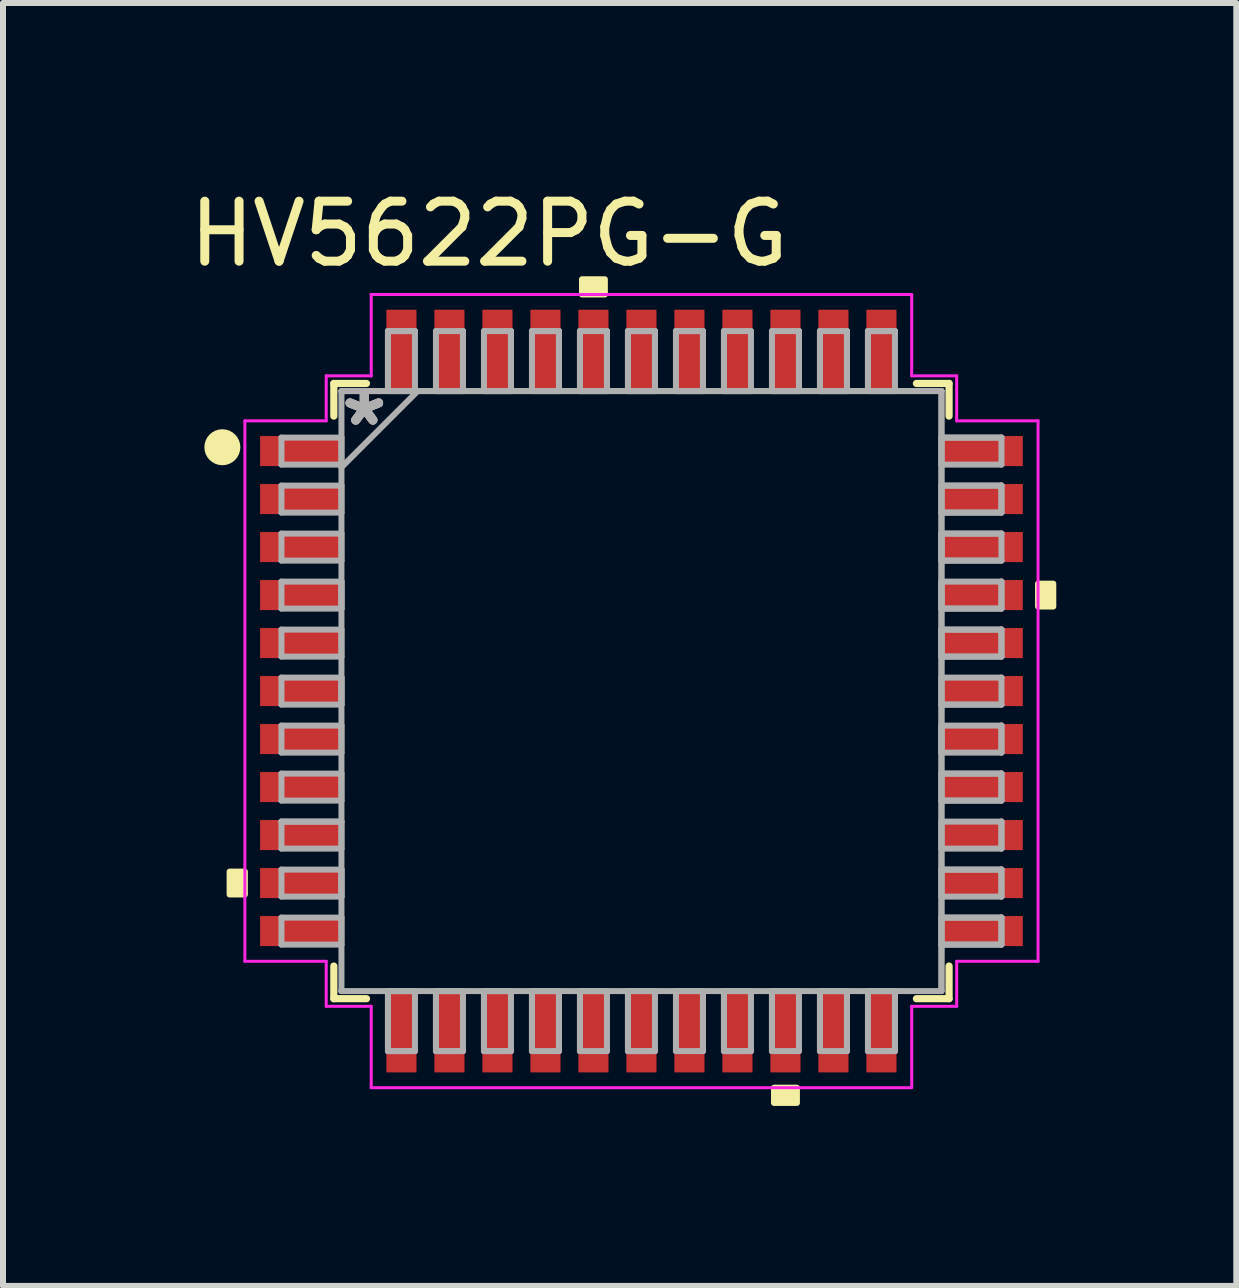
<source format=kicad_pcb>
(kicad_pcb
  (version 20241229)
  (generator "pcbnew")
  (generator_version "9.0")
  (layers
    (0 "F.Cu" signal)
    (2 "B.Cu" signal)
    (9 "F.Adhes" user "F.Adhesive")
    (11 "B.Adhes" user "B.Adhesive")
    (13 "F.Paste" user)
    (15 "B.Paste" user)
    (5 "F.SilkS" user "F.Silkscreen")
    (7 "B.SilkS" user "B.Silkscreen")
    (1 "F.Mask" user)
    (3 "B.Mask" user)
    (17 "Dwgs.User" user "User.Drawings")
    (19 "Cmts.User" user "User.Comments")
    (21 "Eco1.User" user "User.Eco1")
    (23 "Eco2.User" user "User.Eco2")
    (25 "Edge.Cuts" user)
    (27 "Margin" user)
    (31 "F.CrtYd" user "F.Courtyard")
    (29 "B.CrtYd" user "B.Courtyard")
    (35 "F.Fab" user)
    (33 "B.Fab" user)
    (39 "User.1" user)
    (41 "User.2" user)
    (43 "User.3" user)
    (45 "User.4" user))
  (footprint "HV5622PG-G"
    (layer "F.Cu")
    (at 7.641 8.468)
    (property "Reference" "HV5622PG-G" (at -2.54 -7.62 0) (layer "F.SilkS") (effects (font (size 1 1) (thickness 0.15))))
    (attr smd)
    (fp_line (start -5.127 -5.127) (end -5.127 -4.583) (stroke (width 0.12) (type solid)) (layer "F.SilkS"))
    (fp_line (start -5.127 4.583) (end -5.127 5.127) (stroke (width 0.12) (type solid)) (layer "F.SilkS"))
    (fp_line (start -5.127 5.127) (end -4.583 5.127) (stroke (width 0.12) (type solid)) (layer "F.SilkS"))
    (fp_line (start -4.583 -5.127) (end -5.127 -5.127) (stroke (width 0.12) (type solid)) (layer "F.SilkS"))
    (fp_line (start 4.583 5.127) (end 5.127 5.127) (stroke (width 0.12) (type solid)) (layer "F.SilkS"))
    (fp_line (start 5.127 -5.127) (end 4.583 -5.127) (stroke (width 0.12) (type solid)) (layer "F.SilkS"))
    (fp_line (start 5.127 -4.583) (end 5.127 -5.127) (stroke (width 0.12) (type solid)) (layer "F.SilkS"))
    (fp_line (start 5.127 5.127) (end 5.127 4.583) (stroke (width 0.12) (type solid)) (layer "F.SilkS"))
    (fp_circle (center -6.985 -4.064) (end -6.835 -4.064) (stroke (width 0.3) (type solid)) (fill no) (layer "F.SilkS"))
    (fp_poly (pts (xy -6.864 3.009) (xy -6.864 3.39) (xy -6.61 3.39) (xy -6.61 3.009)) (stroke (width 0.1) (type solid)) (fill yes) (layer "F.SilkS"))
    (fp_poly (pts (xy -0.991 -6.61) (xy -0.991 -6.864) (xy -0.61 -6.864) (xy -0.61 -6.61)) (stroke (width 0.1) (type solid)) (fill yes) (layer "F.SilkS"))
    (fp_poly (pts (xy 2.209 6.61) (xy 2.209 6.864) (xy 2.591 6.864) (xy 2.591 6.61)) (stroke (width 0.1) (type solid)) (fill yes) (layer "F.SilkS"))
    (fp_poly (pts (xy 6.864 -1.79) (xy 6.864 -1.409) (xy 6.61 -1.409) (xy 6.61 -1.79)) (stroke (width 0.1) (type solid)) (fill yes) (layer "F.SilkS"))
    (fp_line (start -6.61 -4.504) (end -5.254 -4.504) (stroke (width 0.05) (type solid)) (layer "F.CrtYd"))
    (fp_line (start -6.61 4.504) (end -6.61 -4.504) (stroke (width 0.05) (type solid)) (layer "F.CrtYd"))
    (fp_line (start -5.254 -5.254) (end -4.504 -5.254) (stroke (width 0.05) (type solid)) (layer "F.CrtYd"))
    (fp_line (start -5.254 -4.504) (end -5.254 -5.254) (stroke (width 0.05) (type solid)) (layer "F.CrtYd"))
    (fp_line (start -5.254 4.504) (end -6.61 4.504) (stroke (width 0.05) (type solid)) (layer "F.CrtYd"))
    (fp_line (start -5.254 5.254) (end -5.254 4.504) (stroke (width 0.05) (type solid)) (layer "F.CrtYd"))
    (fp_line (start -4.504 -6.61) (end 4.504 -6.61) (stroke (width 0.05) (type solid)) (layer "F.CrtYd"))
    (fp_line (start -4.504 -5.254) (end -4.504 -6.61) (stroke (width 0.05) (type solid)) (layer "F.CrtYd"))
    (fp_line (start -4.504 5.254) (end -5.254 5.254) (stroke (width 0.05) (type solid)) (layer "F.CrtYd"))
    (fp_line (start -4.504 6.61) (end -4.504 5.254) (stroke (width 0.05) (type solid)) (layer "F.CrtYd"))
    (fp_line (start 4.504 -6.61) (end 4.504 -5.254) (stroke (width 0.05) (type solid)) (layer "F.CrtYd"))
    (fp_line (start 4.504 -5.254) (end 5.254 -5.254) (stroke (width 0.05) (type solid)) (layer "F.CrtYd"))
    (fp_line (start 4.504 6.61) (end -4.504 6.61) (stroke (width 0.05) (type solid)) (layer "F.CrtYd"))
    (fp_line (start 4.504 6.61) (end 4.504 5.254) (stroke (width 0.05) (type solid)) (layer "F.CrtYd"))
    (fp_line (start 5.254 -4.504) (end 5.254 -5.254) (stroke (width 0.05) (type solid)) (layer "F.CrtYd"))
    (fp_line (start 5.254 5.254) (end 4.504 5.254) (stroke (width 0.05) (type solid)) (layer "F.CrtYd"))
    (fp_line (start 5.254 5.254) (end 5.254 4.504) (stroke (width 0.05) (type solid)) (layer "F.CrtYd"))
    (fp_line (start 6.61 -4.504) (end 5.254 -4.504) (stroke (width 0.05) (type solid)) (layer "F.CrtYd"))
    (fp_line (start 6.61 4.504) (end 5.254 4.504) (stroke (width 0.05) (type solid)) (layer "F.CrtYd"))
    (fp_line (start 6.61 4.504) (end 6.61 -4.504) (stroke (width 0.05) (type solid)) (layer "F.CrtYd"))
    (fp_line (start -6 -4.225) (end -6 -3.775) (stroke (width 0.1) (type solid)) (layer "F.Fab"))
    (fp_line (start -6 -3.775) (end -5 -3.775) (stroke (width 0.1) (type solid)) (layer "F.Fab"))
    (fp_line (start -6 -3.425) (end -6 -2.975) (stroke (width 0.1) (type solid)) (layer "F.Fab"))
    (fp_line (start -6 -2.975) (end -5 -2.975) (stroke (width 0.1) (type solid)) (layer "F.Fab"))
    (fp_line (start -6 -2.625) (end -6 -2.175) (stroke (width 0.1) (type solid)) (layer "F.Fab"))
    (fp_line (start -6 -2.175) (end -5 -2.175) (stroke (width 0.1) (type solid)) (layer "F.Fab"))
    (fp_line (start -6 -1.825) (end -6 -1.375) (stroke (width 0.1) (type solid)) (layer "F.Fab"))
    (fp_line (start -6 -1.375) (end -5 -1.375) (stroke (width 0.1) (type solid)) (layer "F.Fab"))
    (fp_line (start -6 -1.025) (end -6 -0.575) (stroke (width 0.1) (type solid)) (layer "F.Fab"))
    (fp_line (start -6 -0.575) (end -5 -0.575) (stroke (width 0.1) (type solid)) (layer "F.Fab"))
    (fp_line (start -6 -0.225) (end -6 0.225) (stroke (width 0.1) (type solid)) (layer "F.Fab"))
    (fp_line (start -6 0.225) (end -5 0.225) (stroke (width 0.1) (type solid)) (layer "F.Fab"))
    (fp_line (start -6 0.575) (end -6 1.025) (stroke (width 0.1) (type solid)) (layer "F.Fab"))
    (fp_line (start -6 1.025) (end -5 1.025) (stroke (width 0.1) (type solid)) (layer "F.Fab"))
    (fp_line (start -6 1.375) (end -6 1.825) (stroke (width 0.1) (type solid)) (layer "F.Fab"))
    (fp_line (start -6 1.825) (end -5 1.825) (stroke (width 0.1) (type solid)) (layer "F.Fab"))
    (fp_line (start -6 2.175) (end -6 2.625) (stroke (width 0.1) (type solid)) (layer "F.Fab"))
    (fp_line (start -6 2.625) (end -5 2.625) (stroke (width 0.1) (type solid)) (layer "F.Fab"))
    (fp_line (start -6 2.975) (end -6 3.425) (stroke (width 0.1) (type solid)) (layer "F.Fab"))
    (fp_line (start -6 3.425) (end -5 3.425) (stroke (width 0.1) (type solid)) (layer "F.Fab"))
    (fp_line (start -6 3.775) (end -6 4.225) (stroke (width 0.1) (type solid)) (layer "F.Fab"))
    (fp_line (start -6 4.225) (end -5 4.225) (stroke (width 0.1) (type solid)) (layer "F.Fab"))
    (fp_line (start -5 -5) (end -5 -5) (stroke (width 0.1) (type solid)) (layer "F.Fab"))
    (fp_line (start -5 -5) (end -5 5) (stroke (width 0.1) (type solid)) (layer "F.Fab"))
    (fp_line (start -5 -4.225) (end -6 -4.225) (stroke (width 0.1) (type solid)) (layer "F.Fab"))
    (fp_line (start -5 -3.775) (end -5 -4.225) (stroke (width 0.1) (type solid)) (layer "F.Fab"))
    (fp_line (start -5 -3.73) (end -3.73 -5) (stroke (width 0.1) (type solid)) (layer "F.Fab"))
    (fp_line (start -5 -3.425) (end -6 -3.425) (stroke (width 0.1) (type solid)) (layer "F.Fab"))
    (fp_line (start -5 -2.975) (end -5 -3.425) (stroke (width 0.1) (type solid)) (layer "F.Fab"))
    (fp_line (start -5 -2.625) (end -6 -2.625) (stroke (width 0.1) (type solid)) (layer "F.Fab"))
    (fp_line (start -5 -2.175) (end -5 -2.625) (stroke (width 0.1) (type solid)) (layer "F.Fab"))
    (fp_line (start -5 -1.825) (end -6 -1.825) (stroke (width 0.1) (type solid)) (layer "F.Fab"))
    (fp_line (start -5 -1.375) (end -5 -1.825) (stroke (width 0.1) (type solid)) (layer "F.Fab"))
    (fp_line (start -5 -1.375) (end -5 -1.825) (stroke (width 0.1) (type solid)) (layer "F.Fab"))
    (fp_line (start -5 -1.025) (end -6 -1.025) (stroke (width 0.1) (type solid)) (layer "F.Fab"))
    (fp_line (start -5 -0.575) (end -5 -1.025) (stroke (width 0.1) (type solid)) (layer "F.Fab"))
    (fp_line (start -5 -0.225) (end -6 -0.225) (stroke (width 0.1) (type solid)) (layer "F.Fab"))
    (fp_line (start -5 0.225) (end -5 -0.225) (stroke (width 0.1) (type solid)) (layer "F.Fab"))
    (fp_line (start -5 0.225) (end -5 -0.225) (stroke (width 0.1) (type solid)) (layer "F.Fab"))
    (fp_line (start -5 0.575) (end -6 0.575) (stroke (width 0.1) (type solid)) (layer "F.Fab"))
    (fp_line (start -5 1.025) (end -5 0.575) (stroke (width 0.1) (type solid)) (layer "F.Fab"))
    (fp_line (start -5 1.375) (end -6 1.375) (stroke (width 0.1) (type solid)) (layer "F.Fab"))
    (fp_line (start -5 1.825) (end -5 1.375) (stroke (width 0.1) (type solid)) (layer "F.Fab"))
    (fp_line (start -5 2.175) (end -6 2.175) (stroke (width 0.1) (type solid)) (layer "F.Fab"))
    (fp_line (start -5 2.175) (end -6 2.175) (stroke (width 0.1) (type solid)) (layer "F.Fab"))
    (fp_line (start -5 2.625) (end -5 2.175) (stroke (width 0.1) (type solid)) (layer "F.Fab"))
    (fp_line (start -5 2.975) (end -6 2.975) (stroke (width 0.1) (type solid)) (layer "F.Fab"))
    (fp_line (start -5 3.425) (end -5 2.975) (stroke (width 0.1) (type solid)) (layer "F.Fab"))
    (fp_line (start -5 3.425) (end -5 2.975) (stroke (width 0.1) (type solid)) (layer "F.Fab"))
    (fp_line (start -5 3.775) (end -6 3.775) (stroke (width 0.1) (type solid)) (layer "F.Fab"))
    (fp_line (start -5 4.225) (end -5 3.775) (stroke (width 0.1) (type solid)) (layer "F.Fab"))
    (fp_line (start -5 5) (end -5 5) (stroke (width 0.1) (type solid)) (layer "F.Fab"))
    (fp_line (start -5 5) (end -5 5) (stroke (width 0.1) (type solid)) (layer "F.Fab"))
    (fp_line (start -5 5) (end 5 5) (stroke (width 0.1) (type solid)) (layer "F.Fab"))
    (fp_line (start -4.225 5) (end -4.225 6) (stroke (width 0.1) (type solid)) (layer "F.Fab"))
    (fp_line (start -4.225 5) (end -4.225 6) (stroke (width 0.1) (type solid)) (layer "F.Fab"))
    (fp_line (start -4.225 6) (end -3.775 6) (stroke (width 0.1) (type solid)) (layer "F.Fab"))
    (fp_line (start -4.225 6) (end -3.775 6) (stroke (width 0.1) (type solid)) (layer "F.Fab"))
    (fp_line (start -4.225 -6) (end -4.225 -5) (stroke (width 0.1) (type solid)) (layer "F.Fab"))
    (fp_line (start -4.225 -6) (end -4.225 -5) (stroke (width 0.1) (type solid)) (layer "F.Fab"))
    (fp_line (start -4.225 -5) (end -3.775 -5) (stroke (width 0.1) (type solid)) (layer "F.Fab"))
    (fp_line (start -3.775 5) (end -4.225 5) (stroke (width 0.1) (type solid)) (layer "F.Fab"))
    (fp_line (start -3.775 5) (end -4.225 5) (stroke (width 0.1) (type solid)) (layer "F.Fab"))
    (fp_line (start -3.775 6) (end -3.775 5) (stroke (width 0.1) (type solid)) (layer "F.Fab"))
    (fp_line (start -3.775 -6) (end -4.225 -6) (stroke (width 0.1) (type solid)) (layer "F.Fab"))
    (fp_line (start -3.775 -6) (end -4.225 -6) (stroke (width 0.1) (type solid)) (layer "F.Fab"))
    (fp_line (start -3.775 -5) (end -3.775 -6) (stroke (width 0.1) (type solid)) (layer "F.Fab"))
    (fp_line (start -3.425 -6) (end -3.425 -5) (stroke (width 0.1) (type solid)) (layer "F.Fab"))
    (fp_line (start -3.425 -5) (end -2.975 -5) (stroke (width 0.1) (type solid)) (layer "F.Fab"))
    (fp_line (start -3.425 -5) (end -2.975 -5) (stroke (width 0.1) (type solid)) (layer "F.Fab"))
    (fp_line (start -3.425 5) (end -3.425 6) (stroke (width 0.1) (type solid)) (layer "F.Fab"))
    (fp_line (start -3.425 5) (end -3.425 6) (stroke (width 0.1) (type solid)) (layer "F.Fab"))
    (fp_line (start -3.425 6) (end -2.975 6) (stroke (width 0.1) (type solid)) (layer "F.Fab"))
    (fp_line (start -3.425 6) (end -2.975 6) (stroke (width 0.1) (type solid)) (layer "F.Fab"))
    (fp_line (start -2.975 5) (end -3.425 5) (stroke (width 0.1) (type solid)) (layer "F.Fab"))
    (fp_line (start -2.975 5) (end -3.425 5) (stroke (width 0.1) (type solid)) (layer "F.Fab"))
    (fp_line (start -2.975 6) (end -2.975 5) (stroke (width 0.1) (type solid)) (layer "F.Fab"))
    (fp_line (start -2.975 -6) (end -3.425 -6) (stroke (width 0.1) (type solid)) (layer "F.Fab"))
    (fp_line (start -2.975 -5) (end -2.975 -6) (stroke (width 0.1) (type solid)) (layer "F.Fab"))
    (fp_line (start -2.975 -5) (end -2.975 -6) (stroke (width 0.1) (type solid)) (layer "F.Fab"))
    (fp_line (start -2.625 -6) (end -2.625 -5) (stroke (width 0.1) (type solid)) (layer "F.Fab"))
    (fp_line (start -2.625 -5) (end -2.175 -5) (stroke (width 0.1) (type solid)) (layer "F.Fab"))
    (fp_line (start -2.625 -5) (end -2.175 -5) (stroke (width 0.1) (type solid)) (layer "F.Fab"))
    (fp_line (start -2.625 5) (end -2.625 6) (stroke (width 0.1) (type solid)) (layer "F.Fab"))
    (fp_line (start -2.625 5) (end -2.625 6) (stroke (width 0.1) (type solid)) (layer "F.Fab"))
    (fp_line (start -2.625 6) (end -2.175 6) (stroke (width 0.1) (type solid)) (layer "F.Fab"))
    (fp_line (start -2.625 6) (end -2.175 6) (stroke (width 0.1) (type solid)) (layer "F.Fab"))
    (fp_line (start -2.175 -6) (end -2.625 -6) (stroke (width 0.1) (type solid)) (layer "F.Fab"))
    (fp_line (start -2.175 -5) (end -2.175 -6) (stroke (width 0.1) (type solid)) (layer "F.Fab"))
    (fp_line (start -2.175 -5) (end -2.175 -6) (stroke (width 0.1) (type solid)) (layer "F.Fab"))
    (fp_line (start -2.175 5) (end -2.625 5) (stroke (width 0.1) (type solid)) (layer "F.Fab"))
    (fp_line (start -2.175 5) (end -2.625 5) (stroke (width 0.1) (type solid)) (layer "F.Fab"))
    (fp_line (start -2.175 6) (end -2.175 5) (stroke (width 0.1) (type solid)) (layer "F.Fab"))
    (fp_line (start -1.825 -6) (end -1.825 -5) (stroke (width 0.1) (type solid)) (layer "F.Fab"))
    (fp_line (start -1.825 -5) (end -1.375 -5) (stroke (width 0.1) (type solid)) (layer "F.Fab"))
    (fp_line (start -1.825 5) (end -1.825 6) (stroke (width 0.1) (type solid)) (layer "F.Fab"))
    (fp_line (start -1.825 5) (end -1.825 6) (stroke (width 0.1) (type solid)) (layer "F.Fab"))
    (fp_line (start -1.825 6) (end -1.375 6) (stroke (width 0.1) (type solid)) (layer "F.Fab"))
    (fp_line (start -1.375 -6) (end -1.825 -6) (stroke (width 0.1) (type solid)) (layer "F.Fab"))
    (fp_line (start -1.375 -6) (end -1.825 -6) (stroke (width 0.1) (type solid)) (layer "F.Fab"))
    (fp_line (start -1.375 -5) (end -1.375 -6) (stroke (width 0.1) (type solid)) (layer "F.Fab"))
    (fp_line (start -1.375 -5) (end -1.375 -6) (stroke (width 0.1) (type solid)) (layer "F.Fab"))
    (fp_line (start -1.375 5) (end -1.825 5) (stroke (width 0.1) (type solid)) (layer "F.Fab"))
    (fp_line (start -1.375 5) (end -1.825 5) (stroke (width 0.1) (type solid)) (layer "F.Fab"))
    (fp_line (start -1.375 6) (end -1.375 5) (stroke (width 0.1) (type solid)) (layer "F.Fab"))
    (fp_line (start -1.375 6) (end -1.375 5) (stroke (width 0.1) (type solid)) (layer "F.Fab"))
    (fp_line (start -1.025 -6) (end -1.025 -5) (stroke (width 0.1) (type solid)) (layer "F.Fab"))
    (fp_line (start -1.025 -6) (end -1.025 -5) (stroke (width 0.1) (type solid)) (layer "F.Fab"))
    (fp_line (start -1.025 -5) (end -0.575 -5) (stroke (width 0.1) (type solid)) (layer "F.Fab"))
    (fp_line (start -1.025 -5) (end -0.575 -5) (stroke (width 0.1) (type solid)) (layer "F.Fab"))
    (fp_line (start -1.025 5) (end -1.025 6) (stroke (width 0.1) (type solid)) (layer "F.Fab"))
    (fp_line (start -1.025 5) (end -1.025 6) (stroke (width 0.1) (type solid)) (layer "F.Fab"))
    (fp_line (start -1.025 6) (end -0.575 6) (stroke (width 0.1) (type solid)) (layer "F.Fab"))
    (fp_line (start -0.575 -6) (end -1.025 -6) (stroke (width 0.1) (type solid)) (layer "F.Fab"))
    (fp_line (start -0.575 -5) (end -0.575 -6) (stroke (width 0.1) (type solid)) (layer "F.Fab"))
    (fp_line (start -0.575 -5) (end -0.575 -6) (stroke (width 0.1) (type solid)) (layer "F.Fab"))
    (fp_line (start -0.575 5) (end -1.025 5) (stroke (width 0.1) (type solid)) (layer "F.Fab"))
    (fp_line (start -0.575 5) (end -1.025 5) (stroke (width 0.1) (type solid)) (layer "F.Fab"))
    (fp_line (start -0.575 6) (end -0.575 5) (stroke (width 0.1) (type solid)) (layer "F.Fab"))
    (fp_line (start -0.225 -6) (end -0.225 -5) (stroke (width 0.1) (type solid)) (layer "F.Fab"))
    (fp_line (start -0.225 -6) (end -0.225 -5) (stroke (width 0.1) (type solid)) (layer "F.Fab"))
    (fp_line (start -0.225 -5) (end 0.225 -5) (stroke (width 0.1) (type solid)) (layer "F.Fab"))
    (fp_line (start -0.225 -5) (end 0.225 -5) (stroke (width 0.1) (type solid)) (layer "F.Fab"))
    (fp_line (start -0.225 5) (end -0.225 6) (stroke (width 0.1) (type solid)) (layer "F.Fab"))
    (fp_line (start -0.225 5) (end -0.225 6) (stroke (width 0.1) (type solid)) (layer "F.Fab"))
    (fp_line (start -0.225 6) (end 0.225 6) (stroke (width 0.1) (type solid)) (layer "F.Fab"))
    (fp_line (start -0.225 6) (end 0.225 6) (stroke (width 0.1) (type solid)) (layer "F.Fab"))
    (fp_line (start 0.225 -6) (end -0.225 -6) (stroke (width 0.1) (type solid)) (layer "F.Fab"))
    (fp_line (start 0.225 -6) (end -0.225 -6) (stroke (width 0.1) (type solid)) (layer "F.Fab"))
    (fp_line (start 0.225 -5) (end 0.225 -6) (stroke (width 0.1) (type solid)) (layer "F.Fab"))
    (fp_line (start 0.225 -5) (end 0.225 -6) (stroke (width 0.1) (type solid)) (layer "F.Fab"))
    (fp_line (start 0.225 5) (end -0.225 5) (stroke (width 0.1) (type solid)) (layer "F.Fab"))
    (fp_line (start 0.225 6) (end 0.225 5) (stroke (width 0.1) (type solid)) (layer "F.Fab"))
    (fp_line (start 0.575 -6) (end 0.575 -5) (stroke (width 0.1) (type solid)) (layer "F.Fab"))
    (fp_line (start 0.575 -5) (end 1.025 -5) (stroke (width 0.1) (type solid)) (layer "F.Fab"))
    (fp_line (start 0.575 -5) (end 1.025 -5) (stroke (width 0.1) (type solid)) (layer "F.Fab"))
    (fp_line (start 0.575 5) (end 0.575 6) (stroke (width 0.1) (type solid)) (layer "F.Fab"))
    (fp_line (start 0.575 6) (end 1.025 6) (stroke (width 0.1) (type solid)) (layer "F.Fab"))
    (fp_line (start 1.025 -6) (end 0.575 -6) (stroke (width 0.1) (type solid)) (layer "F.Fab"))
    (fp_line (start 1.025 -6) (end 0.575 -6) (stroke (width 0.1) (type solid)) (layer "F.Fab"))
    (fp_line (start 1.025 -5) (end 1.025 -6) (stroke (width 0.1) (type solid)) (layer "F.Fab"))
    (fp_line (start 1.025 -5) (end 1.025 -6) (stroke (width 0.1) (type solid)) (layer "F.Fab"))
    (fp_line (start 1.025 5) (end 0.575 5) (stroke (width 0.1) (type solid)) (layer "F.Fab"))
    (fp_line (start 1.025 6) (end 1.025 5) (stroke (width 0.1) (type solid)) (layer "F.Fab"))
    (fp_line (start 1.025 6) (end 1.025 5) (stroke (width 0.1) (type solid)) (layer "F.Fab"))
    (fp_line (start 1.375 -6) (end 1.375 -5) (stroke (width 0.1) (type solid)) (layer "F.Fab"))
    (fp_line (start 1.375 -6) (end 1.375 -5) (stroke (width 0.1) (type solid)) (layer "F.Fab"))
    (fp_line (start 1.375 -5) (end 1.825 -5) (stroke (width 0.1) (type solid)) (layer "F.Fab"))
    (fp_line (start 1.375 -5) (end 1.825 -5) (stroke (width 0.1) (type solid)) (layer "F.Fab"))
    (fp_line (start 1.375 5) (end 1.375 6) (stroke (width 0.1) (type solid)) (layer "F.Fab"))
    (fp_line (start 1.375 5) (end 1.375 6) (stroke (width 0.1) (type solid)) (layer "F.Fab"))
    (fp_line (start 1.375 6) (end 1.825 6) (stroke (width 0.1) (type solid)) (layer "F.Fab"))
    (fp_line (start 1.375 6) (end 1.825 6) (stroke (width 0.1) (type solid)) (layer "F.Fab"))
    (fp_line (start 1.825 -6) (end 1.375 -6) (stroke (width 0.1) (type solid)) (layer "F.Fab"))
    (fp_line (start 1.825 -5) (end 1.825 -6) (stroke (width 0.1) (type solid)) (layer "F.Fab"))
    (fp_line (start 1.825 5) (end 1.375 5) (stroke (width 0.1) (type solid)) (layer "F.Fab"))
    (fp_line (start 1.825 6) (end 1.825 5) (stroke (width 0.1) (type solid)) (layer "F.Fab"))
    (fp_line (start 2.175 -6) (end 2.175 -5) (stroke (width 0.1) (type solid)) (layer "F.Fab"))
    (fp_line (start 2.175 -5) (end 2.625 -5) (stroke (width 0.1) (type solid)) (layer "F.Fab"))
    (fp_line (start 2.175 -5) (end 2.625 -5) (stroke (width 0.1) (type solid)) (layer "F.Fab"))
    (fp_line (start 2.175 5) (end 2.175 6) (stroke (width 0.1) (type solid)) (layer "F.Fab"))
    (fp_line (start 2.175 5) (end 2.175 6) (stroke (width 0.1) (type solid)) (layer "F.Fab"))
    (fp_line (start 2.175 6) (end 2.625 6) (stroke (width 0.1) (type solid)) (layer "F.Fab"))
    (fp_line (start 2.625 -6) (end 2.175 -6) (stroke (width 0.1) (type solid)) (layer "F.Fab"))
    (fp_line (start 2.625 -5) (end 2.625 -6) (stroke (width 0.1) (type solid)) (layer "F.Fab"))
    (fp_line (start 2.625 -5) (end 2.625 -6) (stroke (width 0.1) (type solid)) (layer "F.Fab"))
    (fp_line (start 2.625 5) (end 2.175 5) (stroke (width 0.1) (type solid)) (layer "F.Fab"))
    (fp_line (start 2.625 5) (end 2.175 5) (stroke (width 0.1) (type solid)) (layer "F.Fab"))
    (fp_line (start 2.625 6) (end 2.625 5) (stroke (width 0.1) (type solid)) (layer "F.Fab"))
    (fp_line (start 2.975 5) (end 2.975 6) (stroke (width 0.1) (type solid)) (layer "F.Fab"))
    (fp_line (start 2.975 5) (end 2.975 6) (stroke (width 0.1) (type solid)) (layer "F.Fab"))
    (fp_line (start 2.975 6) (end 3.425 6) (stroke (width 0.1) (type solid)) (layer "F.Fab"))
    (fp_line (start 2.975 -6) (end 2.975 -5) (stroke (width 0.1) (type solid)) (layer "F.Fab"))
    (fp_line (start 2.975 -6) (end 2.975 -5) (stroke (width 0.1) (type solid)) (layer "F.Fab"))
    (fp_line (start 2.975 -5) (end 3.425 -5) (stroke (width 0.1) (type solid)) (layer "F.Fab"))
    (fp_line (start 2.975 -5) (end 3.425 -5) (stroke (width 0.1) (type solid)) (layer "F.Fab"))
    (fp_line (start 3.425 -6) (end 2.975 -6) (stroke (width 0.1) (type solid)) (layer "F.Fab"))
    (fp_line (start 3.425 -5) (end 3.425 -6) (stroke (width 0.1) (type solid)) (layer "F.Fab"))
    (fp_line (start 3.425 -5) (end 3.425 -6) (stroke (width 0.1) (type solid)) (layer "F.Fab"))
    (fp_line (start 3.425 5) (end 2.975 5) (stroke (width 0.1) (type solid)) (layer "F.Fab"))
    (fp_line (start 3.425 5) (end 2.975 5) (stroke (width 0.1) (type solid)) (layer "F.Fab"))
    (fp_line (start 3.425 6) (end 3.425 5) (stroke (width 0.1) (type solid)) (layer "F.Fab"))
    (fp_line (start 3.425 6) (end 3.425 5) (stroke (width 0.1) (type solid)) (layer "F.Fab"))
    (fp_line (start 3.775 5) (end 3.775 6) (stroke (width 0.1) (type solid)) (layer "F.Fab"))
    (fp_line (start 3.775 6) (end 4.225 6) (stroke (width 0.1) (type solid)) (layer "F.Fab"))
    (fp_line (start 3.775 6) (end 4.225 6) (stroke (width 0.1) (type solid)) (layer "F.Fab"))
    (fp_line (start 3.775 -6) (end 3.775 -5) (stroke (width 0.1) (type solid)) (layer "F.Fab"))
    (fp_line (start 3.775 -6) (end 3.775 -5) (stroke (width 0.1) (type solid)) (layer "F.Fab"))
    (fp_line (start 3.775 -5) (end 4.225 -5) (stroke (width 0.1) (type solid)) (layer "F.Fab"))
    (fp_line (start 4.225 5) (end 3.775 5) (stroke (width 0.1) (type solid)) (layer "F.Fab"))
    (fp_line (start 4.225 5) (end 3.775 5) (stroke (width 0.1) (type solid)) (layer "F.Fab"))
    (fp_line (start 4.225 6) (end 4.225 5) (stroke (width 0.1) (type solid)) (layer "F.Fab"))
    (fp_line (start 4.225 6) (end 4.225 5) (stroke (width 0.1) (type solid)) (layer "F.Fab"))
    (fp_line (start 4.225 -6) (end 3.775 -6) (stroke (width 0.1) (type solid)) (layer "F.Fab"))
    (fp_line (start 4.225 -6) (end 3.775 -6) (stroke (width 0.1) (type solid)) (layer "F.Fab"))
    (fp_line (start 4.225 -5) (end 4.225 -6) (stroke (width 0.1) (type solid)) (layer "F.Fab"))
    (fp_line (start 5 -5) (end -5 -5) (stroke (width 0.1) (type solid)) (layer "F.Fab"))
    (fp_line (start 5 -5) (end -5 -5) (stroke (width 0.1) (type solid)) (layer "F.Fab"))
    (fp_line (start 5 -5) (end 5 -5) (stroke (width 0.1) (type solid)) (layer "F.Fab"))
    (fp_line (start 5 -5) (end 5 -5) (stroke (width 0.1) (type solid)) (layer "F.Fab"))
    (fp_line (start 5 -4.225) (end 5 -3.775) (stroke (width 0.1) (type solid)) (layer "F.Fab"))
    (fp_line (start 5 -3.775) (end 6 -3.775) (stroke (width 0.1) (type solid)) (layer "F.Fab"))
    (fp_line (start 5 -3.425) (end 5 -2.975) (stroke (width 0.1) (type solid)) (layer "F.Fab"))
    (fp_line (start 5 -2.975) (end 6 -2.975) (stroke (width 0.1) (type solid)) (layer "F.Fab"))
    (fp_line (start 5 -2.975) (end 6 -2.975) (stroke (width 0.1) (type solid)) (layer "F.Fab"))
    (fp_line (start 5 -2.625) (end 5 -2.175) (stroke (width 0.1) (type solid)) (layer "F.Fab"))
    (fp_line (start 5 -2.625) (end 5 -2.175) (stroke (width 0.1) (type solid)) (layer "F.Fab"))
    (fp_line (start 5 -2.175) (end 6 -2.175) (stroke (width 0.1) (type solid)) (layer "F.Fab"))
    (fp_line (start 5 -2.175) (end 6 -2.175) (stroke (width 0.1) (type solid)) (layer "F.Fab"))
    (fp_line (start 5 -1.825) (end 5 -1.375) (stroke (width 0.1) (type solid)) (layer "F.Fab"))
    (fp_line (start 5 -1.825) (end 5 -1.375) (stroke (width 0.1) (type solid)) (layer "F.Fab"))
    (fp_line (start 5 -1.375) (end 6 -1.375) (stroke (width 0.1) (type solid)) (layer "F.Fab"))
    (fp_line (start 5 -1.375) (end 6 -1.375) (stroke (width 0.1) (type solid)) (layer "F.Fab"))
    (fp_line (start 5 -1.025) (end 5 -0.575) (stroke (width 0.1) (type solid)) (layer "F.Fab"))
    (fp_line (start 5 -1.025) (end 5 -0.575) (stroke (width 0.1) (type solid)) (layer "F.Fab"))
    (fp_line (start 5 -0.575) (end 6 -0.575) (stroke (width 0.1) (type solid)) (layer "F.Fab"))
    (fp_line (start 5 -0.575) (end 6 -0.575) (stroke (width 0.1) (type solid)) (layer "F.Fab"))
    (fp_line (start 5 -0.225) (end 5 0.225) (stroke (width 0.1) (type solid)) (layer "F.Fab"))
    (fp_line (start 5 0.225) (end 6 0.225) (stroke (width 0.1) (type solid)) (layer "F.Fab"))
    (fp_line (start 5 0.225) (end 6 0.225) (stroke (width 0.1) (type solid)) (layer "F.Fab"))
    (fp_line (start 5 0.575) (end 5 1.025) (stroke (width 0.1) (type solid)) (layer "F.Fab"))
    (fp_line (start 5 0.575) (end 5 1.025) (stroke (width 0.1) (type solid)) (layer "F.Fab"))
    (fp_line (start 5 1.025) (end 6 1.025) (stroke (width 0.1) (type solid)) (layer "F.Fab"))
    (fp_line (start 5 1.375) (end 5 1.825) (stroke (width 0.1) (type solid)) (layer "F.Fab"))
    (fp_line (start 5 1.825) (end 6 1.825) (stroke (width 0.1) (type solid)) (layer "F.Fab"))
    (fp_line (start 5 1.825) (end 6 1.825) (stroke (width 0.1) (type solid)) (layer "F.Fab"))
    (fp_line (start 5 2.175) (end 5 2.625) (stroke (width 0.1) (type solid)) (layer "F.Fab"))
    (fp_line (start 5 2.625) (end 6 2.625) (stroke (width 0.1) (type solid)) (layer "F.Fab"))
    (fp_line (start 5 2.975) (end 5 3.425) (stroke (width 0.1) (type solid)) (layer "F.Fab"))
    (fp_line (start 5 3.425) (end 6 3.425) (stroke (width 0.1) (type solid)) (layer "F.Fab"))
    (fp_line (start 5 3.775) (end 5 4.225) (stroke (width 0.1) (type solid)) (layer "F.Fab"))
    (fp_line (start 5 4.225) (end 6 4.225) (stroke (width 0.1) (type solid)) (layer "F.Fab"))
    (fp_line (start 5 4.225) (end 6 4.225) (stroke (width 0.1) (type solid)) (layer "F.Fab"))
    (fp_line (start 5 5) (end 5 -5) (stroke (width 0.1) (type solid)) (layer "F.Fab"))
    (fp_line (start 5 5) (end 5 -5) (stroke (width 0.1) (type solid)) (layer "F.Fab"))
    (fp_line (start 5 5) (end 5 5) (stroke (width 0.1) (type solid)) (layer "F.Fab"))
    (fp_line (start 6 -4.225) (end 5 -4.225) (stroke (width 0.1) (type solid)) (layer "F.Fab"))
    (fp_line (start 6 -4.225) (end 5 -4.225) (stroke (width 0.1) (type solid)) (layer "F.Fab"))
    (fp_line (start 6 -3.775) (end 6 -4.225) (stroke (width 0.1) (type solid)) (layer "F.Fab"))
    (fp_line (start 6 -3.425) (end 5 -3.425) (stroke (width 0.1) (type solid)) (layer "F.Fab"))
    (fp_line (start 6 -3.425) (end 5 -3.425) (stroke (width 0.1) (type solid)) (layer "F.Fab"))
    (fp_line (start 6 -2.975) (end 6 -3.425) (stroke (width 0.1) (type solid)) (layer "F.Fab"))
    (fp_line (start 6 -2.975) (end 6 -3.425) (stroke (width 0.1) (type solid)) (layer "F.Fab"))
    (fp_line (start 6 -2.625) (end 5 -2.625) (stroke (width 0.1) (type solid)) (layer "F.Fab"))
    (fp_line (start 6 -2.625) (end 5 -2.625) (stroke (width 0.1) (type solid)) (layer "F.Fab"))
    (fp_line (start 6 -2.175) (end 6 -2.625) (stroke (width 0.1) (type solid)) (layer "F.Fab"))
    (fp_line (start 6 -1.825) (end 5 -1.825) (stroke (width 0.1) (type solid)) (layer "F.Fab"))
    (fp_line (start 6 -1.375) (end 6 -1.825) (stroke (width 0.1) (type solid)) (layer "F.Fab"))
    (fp_line (start 6 -1.375) (end 6 -1.825) (stroke (width 0.1) (type solid)) (layer "F.Fab"))
    (fp_line (start 6 -1.025) (end 5 -1.025) (stroke (width 0.1) (type solid)) (layer "F.Fab"))
    (fp_line (start 6 -1.025) (end 5 -1.025) (stroke (width 0.1) (type solid)) (layer "F.Fab"))
    (fp_line (start 6 -0.575) (end 6 -1.025) (stroke (width 0.1) (type solid)) (layer "F.Fab"))
    (fp_line (start 6 -0.575) (end 6 -1.025) (stroke (width 0.1) (type solid)) (layer "F.Fab"))
    (fp_line (start 6 -0.225) (end 5 -0.225) (stroke (width 0.1) (type solid)) (layer "F.Fab"))
    (fp_line (start 6 0.225) (end 6 -0.225) (stroke (width 0.1) (type solid)) (layer "F.Fab"))
    (fp_line (start 6 0.575) (end 5 0.575) (stroke (width 0.1) (type solid)) (layer "F.Fab"))
    (fp_line (start 6 1.025) (end 6 0.575) (stroke (width 0.1) (type solid)) (layer "F.Fab"))
    (fp_line (start 6 1.025) (end 6 0.575) (stroke (width 0.1) (type solid)) (layer "F.Fab"))
    (fp_line (start 6 1.375) (end 5 1.375) (stroke (width 0.1) (type solid)) (layer "F.Fab"))
    (fp_line (start 6 1.375) (end 5 1.375) (stroke (width 0.1) (type solid)) (layer "F.Fab"))
    (fp_line (start 6 1.825) (end 6 1.375) (stroke (width 0.1) (type solid)) (layer "F.Fab"))
    (fp_line (start 6 1.825) (end 6 1.375) (stroke (width 0.1) (type solid)) (layer "F.Fab"))
    (fp_line (start 6 2.175) (end 5 2.175) (stroke (width 0.1) (type solid)) (layer "F.Fab"))
    (fp_line (start 6 2.625) (end 6 2.175) (stroke (width 0.1) (type solid)) (layer "F.Fab"))
    (fp_line (start 6 2.625) (end 6 2.175) (stroke (width 0.1) (type solid)) (layer "F.Fab"))
    (fp_line (start 6 2.975) (end 5 2.975) (stroke (width 0.1) (type solid)) (layer "F.Fab"))
    (fp_line (start 6 2.975) (end 5 2.975) (stroke (width 0.1) (type solid)) (layer "F.Fab"))
    (fp_line (start 6 3.425) (end 6 2.975) (stroke (width 0.1) (type solid)) (layer "F.Fab"))
    (fp_line (start 6 3.425) (end 6 2.975) (stroke (width 0.1) (type solid)) (layer "F.Fab"))
    (fp_line (start 6 3.775) (end 5 3.775) (stroke (width 0.1) (type solid)) (layer "F.Fab"))
    (fp_line (start 6 3.775) (end 5 3.775) (stroke (width 0.1) (type solid)) (layer "F.Fab"))
    (fp_line (start 6 4.225) (end 6 3.775) (stroke (width 0.1) (type solid)) (layer "F.Fab"))
    (fp_line (start 6 4.225) (end 6 3.775) (stroke (width 0.1) (type solid)) (layer "F.Fab"))
    (fp_text user "*" (at -4.619 -4.4 0) (layer "F.Fab") (effects (font (size 1 1) (thickness 0.15))))
    (fp_text user "*" (at -4.619 -4.4 0) (layer "F.Fab") (effects (font (size 1 1) (thickness 0.15))))
    (fp_text user "*" (at -4.619 -4.4 0) (layer "F.Fab") (effects (font (size 1 1) (thickness 0.15))))
    (fp_text user "*" (at -4.619 -4.4 0) (layer "F.Fab") (effects (font (size 1 1) (thickness 0.15))))
    (pad "1" smd rect (at -5.678 -4 90) (size 0.501 1.356) (layers "F.Cu" "F.Mask" "F.Paste"))
    (pad "2" smd rect (at -5.678 -3.2 90) (size 0.501 1.356) (layers "F.Cu" "F.Mask" "F.Paste"))
    (pad "3" smd rect (at -5.678 -2.4 90) (size 0.501 1.356) (layers "F.Cu" "F.Mask" "F.Paste"))
    (pad "4" smd rect (at -5.678 -1.6 90) (size 0.501 1.356) (layers "F.Cu" "F.Mask" "F.Paste"))
    (pad "5" smd rect (at -5.678 -0.8 90) (size 0.501 1.356) (layers "F.Cu" "F.Mask" "F.Paste"))
    (pad "6" smd rect (at -5.678 0 90) (size 0.501 1.356) (layers "F.Cu" "F.Mask" "F.Paste"))
    (pad "7" smd rect (at -5.678 0.8 90) (size 0.501 1.356) (layers "F.Cu" "F.Mask" "F.Paste"))
    (pad "8" smd rect (at -5.678 1.6 90) (size 0.501 1.356) (layers "F.Cu" "F.Mask" "F.Paste"))
    (pad "9" smd rect (at -5.678 2.4 90) (size 0.501 1.356) (layers "F.Cu" "F.Mask" "F.Paste"))
    (pad "10" smd rect (at -5.678 3.2 90) (size 0.501 1.356) (layers "F.Cu" "F.Mask" "F.Paste"))
    (pad "11" smd rect (at -5.678 4 90) (size 0.501 1.356) (layers "F.Cu" "F.Mask" "F.Paste"))
    (pad "12" smd rect (at -4 5.678) (size 0.501 1.356) (layers "F.Cu" "F.Mask" "F.Paste"))
    (pad "13" smd rect (at -3.2 5.678) (size 0.501 1.356) (layers "F.Cu" "F.Mask" "F.Paste"))
    (pad "14" smd rect (at -2.4 5.678) (size 0.501 1.356) (layers "F.Cu" "F.Mask" "F.Paste"))
    (pad "15" smd rect (at -1.6 5.678) (size 0.501 1.356) (layers "F.Cu" "F.Mask" "F.Paste"))
    (pad "16" smd rect (at -0.8 5.678) (size 0.501 1.356) (layers "F.Cu" "F.Mask" "F.Paste"))
    (pad "17" smd rect (at 0 5.678) (size 0.501 1.356) (layers "F.Cu" "F.Mask" "F.Paste"))
    (pad "18" smd rect (at 0.8 5.678) (size 0.501 1.356) (layers "F.Cu" "F.Mask" "F.Paste"))
    (pad "19" smd rect (at 1.6 5.678) (size 0.501 1.356) (layers "F.Cu" "F.Mask" "F.Paste"))
    (pad "20" smd rect (at 2.4 5.678) (size 0.501 1.356) (layers "F.Cu" "F.Mask" "F.Paste"))
    (pad "21" smd rect (at 3.2 5.678) (size 0.501 1.356) (layers "F.Cu" "F.Mask" "F.Paste"))
    (pad "22" smd rect (at 4 5.678) (size 0.501 1.356) (layers "F.Cu" "F.Mask" "F.Paste"))
    (pad "23" smd rect (at 5.678 4 90) (size 0.501 1.356) (layers "F.Cu" "F.Mask" "F.Paste"))
    (pad "24" smd rect (at 5.678 3.2 90) (size 0.501 1.356) (layers "F.Cu" "F.Mask" "F.Paste"))
    (pad "25" smd rect (at 5.678 2.4 90) (size 0.501 1.356) (layers "F.Cu" "F.Mask" "F.Paste"))
    (pad "26" smd rect (at 5.678 1.6 90) (size 0.501 1.356) (layers "F.Cu" "F.Mask" "F.Paste"))
    (pad "27" smd rect (at 5.678 0.8 90) (size 0.501 1.356) (layers "F.Cu" "F.Mask" "F.Paste"))
    (pad "28" smd rect (at 5.678 0 90) (size 0.501 1.356) (layers "F.Cu" "F.Mask" "F.Paste"))
    (pad "29" smd rect (at 5.678 -0.8 90) (size 0.501 1.356) (layers "F.Cu" "F.Mask" "F.Paste"))
    (pad "30" smd rect (at 5.678 -1.6 90) (size 0.501 1.356) (layers "F.Cu" "F.Mask" "F.Paste"))
    (pad "31" smd rect (at 5.678 -2.4 90) (size 0.501 1.356) (layers "F.Cu" "F.Mask" "F.Paste"))
    (pad "32" smd rect (at 5.678 -3.2 90) (size 0.501 1.356) (layers "F.Cu" "F.Mask" "F.Paste"))
    (pad "33" smd rect (at 5.678 -4 90) (size 0.501 1.356) (layers "F.Cu" "F.Mask" "F.Paste"))
    (pad "34" smd rect (at 4 -5.678) (size 0.501 1.356) (layers "F.Cu" "F.Mask" "F.Paste"))
    (pad "35" smd rect (at 3.2 -5.678) (size 0.501 1.356) (layers "F.Cu" "F.Mask" "F.Paste"))
    (pad "36" smd rect (at 2.4 -5.678) (size 0.501 1.356) (layers "F.Cu" "F.Mask" "F.Paste"))
    (pad "37" smd rect (at 1.6 -5.678) (size 0.501 1.356) (layers "F.Cu" "F.Mask" "F.Paste"))
    (pad "38" smd rect (at 0.8 -5.678) (size 0.501 1.356) (layers "F.Cu" "F.Mask" "F.Paste"))
    (pad "39" smd rect (at 0 -5.678) (size 0.501 1.356) (layers "F.Cu" "F.Mask" "F.Paste"))
    (pad "40" smd rect (at -0.8 -5.678) (size 0.501 1.356) (layers "F.Cu" "F.Mask" "F.Paste"))
    (pad "41" smd rect (at -1.6 -5.678) (size 0.501 1.356) (layers "F.Cu" "F.Mask" "F.Paste"))
    (pad "42" smd rect (at -2.4 -5.678) (size 0.501 1.356) (layers "F.Cu" "F.Mask" "F.Paste"))
    (pad "43" smd rect (at -3.2 -5.678) (size 0.501 1.356) (layers "F.Cu" "F.Mask" "F.Paste"))
    (pad "44" smd rect (at -4 -5.678) (size 0.501 1.356) (layers "F.Cu" "F.Mask" "F.Paste")))
  (gr_rect
    (start -3 -3)
    (end 17.555 18.382)
    (stroke (width 0.1) (type default))
    (fill no)
    (layer "Edge.Cuts")))
</source>
